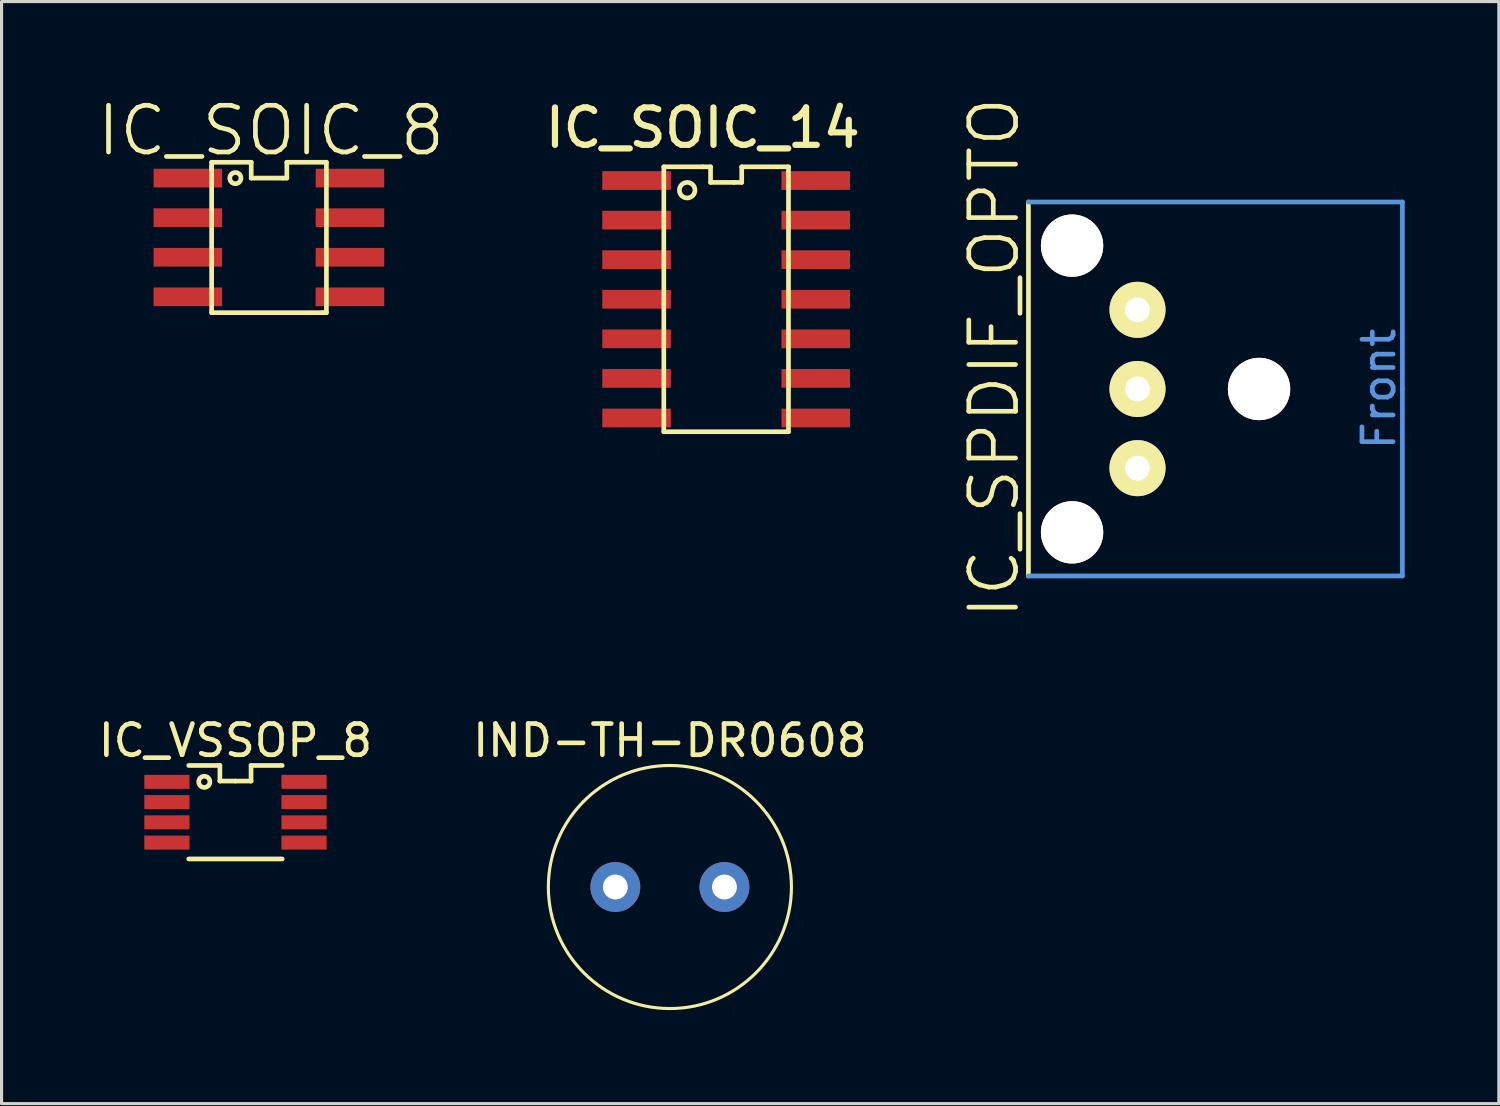
<source format=kicad_pcb>
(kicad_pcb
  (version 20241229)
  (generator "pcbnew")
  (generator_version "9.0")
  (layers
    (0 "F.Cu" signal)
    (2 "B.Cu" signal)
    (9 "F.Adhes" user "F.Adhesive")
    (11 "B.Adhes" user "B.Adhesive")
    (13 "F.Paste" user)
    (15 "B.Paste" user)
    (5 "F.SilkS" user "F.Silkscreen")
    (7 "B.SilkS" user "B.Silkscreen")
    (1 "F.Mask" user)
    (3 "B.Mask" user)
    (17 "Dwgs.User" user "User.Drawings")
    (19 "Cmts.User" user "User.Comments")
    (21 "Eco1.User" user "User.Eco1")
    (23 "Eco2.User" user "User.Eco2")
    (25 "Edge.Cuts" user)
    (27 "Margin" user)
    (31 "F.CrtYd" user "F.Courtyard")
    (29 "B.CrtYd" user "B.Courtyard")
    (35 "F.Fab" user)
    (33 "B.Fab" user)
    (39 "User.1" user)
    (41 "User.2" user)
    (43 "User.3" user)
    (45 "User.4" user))
  (footprint "IC_SPDIF_OPTO"
    (layer "F.Cu")
    (at 33.451 9.432)
    (property "Reference" "IC_SPDIF_OPTO" (at -4.6 -1 90) (layer "F.SilkS") (effects (font (size 1.5 1.5) (thickness 0.15))))
    (attr through_hole)
    (fp_line (start -3.5 -6) (end -3.5 6) (stroke (width 0.15) (type solid)) (layer "F.SilkS"))
    (fp_line (start -3.5 6) (end 8.5 6) (stroke (width 0.15) (type solid)) (layer "Cmts.User"))
    (fp_line (start 8.5 -6) (end -3.5 -6) (stroke (width 0.15) (type solid)) (layer "Cmts.User"))
    (fp_line (start 8.5 0) (end 8.5 -6) (stroke (width 0.15) (type solid)) (layer "Cmts.User"))
    (fp_line (start 8.5 6) (end 8.5 0) (stroke (width 0.15) (type solid)) (layer "Cmts.User"))
    (fp_text user "Front" (at 7.747 0 90) (layer "Cmts.User") (effects (font (size 1 1) (thickness 0.15))))
    (pad "" np_thru_hole circle (at -2.1 -4.6) (size 2 2) (drill 2) (layers "*.Cu" "*.Mask" "F.SilkS"))
    (pad "" np_thru_hole circle (at -2.1 4.6) (size 2 2) (drill 2) (layers "*.Cu" "*.Mask" "F.SilkS"))
    (pad "" np_thru_hole circle (at 3.9 0) (size 2 2) (drill 2) (layers "*.Cu" "*.Mask" "F.SilkS"))
    (pad "1" thru_hole circle (at 0 2.54) (size 1.8 1.8) (drill 0.8) (layers "*.Cu" "*.Mask" "F.SilkS"))
    (pad "2" thru_hole circle (at 0 0) (size 1.8 1.8) (drill 0.8) (layers "*.Cu" "*.Mask" "F.SilkS"))
    (pad "3" thru_hole circle (at 0 -2.54) (size 1.8 1.8) (drill 0.8) (layers "*.Cu" "*.Mask" "F.SilkS")))
  (footprint "IC_VSSOP_8"
    (layer "F.Cu")
    (at 4.506 23.013)
    (property "Reference" "IC_VSSOP_8" (at 0 -2.3 0) (layer "F.SilkS") (effects (font (size 1 1) (thickness 0.15))))
    (attr smd)
    (fp_line (start -1.5 1.5) (end 1.5 1.5) (stroke (width 0.15) (type solid)) (layer "F.SilkS"))
    (fp_line (start -0.5 -1.5) (end -1.5 -1.5) (stroke (width 0.15) (type solid)) (layer "F.SilkS"))
    (fp_line (start -0.5 -1) (end -0.5 -1.5) (stroke (width 0.15) (type solid)) (layer "F.SilkS"))
    (fp_line (start 0 -1) (end -0.5 -1) (stroke (width 0.15) (type solid)) (layer "F.SilkS"))
    (fp_line (start 0 -1) (end 0.5 -1) (stroke (width 0.15) (type solid)) (layer "F.SilkS"))
    (fp_line (start 0.5 -1.5) (end 1.5 -1.5) (stroke (width 0.15) (type solid)) (layer "F.SilkS"))
    (fp_line (start 0.5 -1) (end 0.5 -1.5) (stroke (width 0.15) (type solid)) (layer "F.SilkS"))
    (fp_circle (center -1 -0.975) (end -0.873 -0.848) (stroke (width 0.15) (type solid)) (fill no) (layer "F.SilkS"))
    (pad "1" smd rect (at -2.2 -0.975) (size 1.45 0.45) (layers "F.Cu" "F.Mask" "F.Paste"))
    (pad "2" smd rect (at -2.2 -0.325) (size 1.45 0.45) (layers "F.Cu" "F.Mask" "F.Paste"))
    (pad "3" smd rect (at -2.2 0.325) (size 1.45 0.45) (layers "F.Cu" "F.Mask" "F.Paste"))
    (pad "4" smd rect (at -2.2 0.975) (size 1.45 0.45) (layers "F.Cu" "F.Mask" "F.Paste"))
    (pad "5" smd rect (at 2.2 0.975) (size 1.45 0.45) (layers "F.Cu" "F.Mask" "F.Paste"))
    (pad "6" smd rect (at 2.2 0.325) (size 1.45 0.45) (layers "F.Cu" "F.Mask" "F.Paste"))
    (pad "7" smd rect (at 2.2 -0.325) (size 1.45 0.45) (layers "F.Cu" "F.Mask" "F.Paste"))
    (pad "8" smd rect (at 2.2 -0.975) (size 1.45 0.45) (layers "F.Cu" "F.Mask" "F.Paste")))
  (footprint "IND-TH-DR0608"
    (layer "F.Cu")
    (at 18.446 25.413)
    (property "Reference" "IND-TH-DR0608" (at 0 -4.7 0) (layer "F.SilkS") (effects (font (size 1 1) (thickness 0.15))))
    (attr through_hole)
    (fp_circle (center 0 0) (end 3.9 0) (stroke (width 0.1) (type solid)) (fill no) (layer "F.SilkS"))
    (pad "1" thru_hole circle (at -1.75 0) (size 1.6 1.6) (drill 0.8) (layers "*.Cu" "*.Mask"))
    (pad "2" thru_hole circle (at 1.75 0) (size 1.6 1.6) (drill 0.8) (layers "*.Cu" "*.Mask")))
  (footprint "IC_SOIC_8"
    (layer "F.Cu")
    (at 2.979 2.665)
    (property "Reference" "IC_SOIC_8" (at 2.667 -1.524 0) (layer "F.SilkS") (effects (font (size 1.5 1.5) (thickness 0.15))))
    (attr smd)
    (fp_line (start 0.762 -0.381) (end 0.762 4.318) (stroke (width 0.15) (type solid)) (layer "F.SilkS"))
    (fp_line (start 0.762 -0.254) (end 0.762 -0.508) (stroke (width 0.15) (type solid)) (layer "F.SilkS"))
    (fp_line (start 0.762 4.318) (end 4.318 4.318) (stroke (width 0.15) (type solid)) (layer "F.SilkS"))
    (fp_line (start 2.032 -0.508) (end 0.762 -0.508) (stroke (width 0.15) (type solid)) (layer "F.SilkS"))
    (fp_line (start 2.032 -0.508) (end 2.032 0) (stroke (width 0.15) (type solid)) (layer "F.SilkS"))
    (fp_line (start 2.032 0) (end 3.048 0) (stroke (width 0.15) (type solid)) (layer "F.SilkS"))
    (fp_line (start 3.048 0) (end 3.175 0) (stroke (width 0.15) (type solid)) (layer "F.SilkS"))
    (fp_line (start 3.175 -0.508) (end 4.445 -0.508) (stroke (width 0.15) (type solid)) (layer "F.SilkS"))
    (fp_line (start 3.175 0) (end 3.175 -0.508) (stroke (width 0.15) (type solid)) (layer "F.SilkS"))
    (fp_line (start 4.318 4.318) (end 4.445 4.318) (stroke (width 0.15) (type solid)) (layer "F.SilkS"))
    (fp_line (start 4.445 4.318) (end 4.445 -0.508) (stroke (width 0.15) (type solid)) (layer "F.SilkS"))
    (fp_circle (center 1.524 0) (end 1.651 0.127) (stroke (width 0.15) (type solid)) (fill no) (layer "F.SilkS"))
    (pad "1" smd rect (at 0 0) (size 2.2 0.6) (layers "F.Cu" "F.Mask" "F.Paste"))
    (pad "2" smd rect (at 0 1.27) (size 2.2 0.6) (layers "F.Cu" "F.Mask" "F.Paste"))
    (pad "3" smd rect (at 0 2.54) (size 2.2 0.6) (layers "F.Cu" "F.Mask" "F.Paste"))
    (pad "4" smd rect (at 0 3.81) (size 2.2 0.6) (layers "F.Cu" "F.Mask" "F.Paste"))
    (pad "5" smd rect (at 5.2 3.81) (size 2.2 0.6) (layers "F.Cu" "F.Mask" "F.Paste"))
    (pad "6" smd rect (at 5.2 2.54) (size 2.2 0.6) (layers "F.Cu" "F.Mask" "F.Paste"))
    (pad "7" smd rect (at 5.2 1.27) (size 2.2 0.6) (layers "F.Cu" "F.Mask" "F.Paste"))
    (pad "8" smd rect (at 5.2 0) (size 2.2 0.6) (layers "F.Cu" "F.Mask" "F.Paste")))
  (footprint "IC_SOIC_14"
    (layer "F.Cu")
    (at 20.251 6.553)
    (property "Reference" "IC_SOIC_14" (at -0.75 -5.5 0) (layer "F.SilkS") (effects (font (size 1.2 1.2) (thickness 0.2))))
    (attr through_hole)
    (fp_line (start -2 -4.25) (end -0.75 -4.25) (stroke (width 0.15) (type solid)) (layer "F.SilkS"))
    (fp_line (start -2 4.25) (end -2 -4.25) (stroke (width 0.15) (type solid)) (layer "F.SilkS"))
    (fp_line (start -0.75 -4.25) (end -0.5 -4.25) (stroke (width 0.15) (type solid)) (layer "F.SilkS"))
    (fp_line (start -0.5 -4.25) (end -0.5 -3.75) (stroke (width 0.15) (type solid)) (layer "F.SilkS"))
    (fp_line (start -0.5 -3.75) (end 0.25 -3.75) (stroke (width 0.15) (type solid)) (layer "F.SilkS"))
    (fp_line (start 0.25 -3.75) (end 0.5 -3.75) (stroke (width 0.15) (type solid)) (layer "F.SilkS"))
    (fp_line (start 0.5 -4.25) (end 2 -4.25) (stroke (width 0.15) (type solid)) (layer "F.SilkS"))
    (fp_line (start 0.5 -3.75) (end 0.5 -4.25) (stroke (width 0.15) (type solid)) (layer "F.SilkS"))
    (fp_line (start 2 -4.25) (end 2 4.25) (stroke (width 0.15) (type solid)) (layer "F.SilkS"))
    (fp_line (start 2 4.25) (end -2 4.25) (stroke (width 0.15) (type solid)) (layer "F.SilkS"))
    (fp_circle (center -1.25 -3.5) (end -1 -3.5) (stroke (width 0.15) (type solid)) (fill no) (layer "F.SilkS"))
    (pad "1" smd rect (at -2.875 -3.81) (size 2.2 0.6) (layers "F.Cu" "F.Mask" "F.Paste"))
    (pad "2" smd rect (at -2.875 -2.54) (size 2.2 0.6) (layers "F.Cu" "F.Mask" "F.Paste"))
    (pad "3" smd rect (at -2.875 -1.27) (size 2.2 0.6) (layers "F.Cu" "F.Mask" "F.Paste"))
    (pad "4" smd rect (at -2.875 0) (size 2.2 0.6) (layers "F.Cu" "F.Mask" "F.Paste"))
    (pad "5" smd rect (at -2.875 1.27) (size 2.2 0.6) (layers "F.Cu" "F.Mask" "F.Paste"))
    (pad "6" smd rect (at -2.875 2.54) (size 2.2 0.6) (layers "F.Cu" "F.Mask" "F.Paste"))
    (pad "7" smd rect (at -2.875 3.81) (size 2.2 0.6) (layers "F.Cu" "F.Mask" "F.Paste"))
    (pad "8" smd rect (at 2.875 3.81) (size 2.2 0.6) (layers "F.Cu" "F.Mask" "F.Paste"))
    (pad "9" smd rect (at 2.875 2.54) (size 2.2 0.6) (layers "F.Cu" "F.Mask" "F.Paste"))
    (pad "10" smd rect (at 2.875 1.27) (size 2.2 0.6) (layers "F.Cu" "F.Mask" "F.Paste"))
    (pad "11" smd rect (at 2.875 0) (size 2.2 0.6) (layers "F.Cu" "F.Mask" "F.Paste"))
    (pad "12" smd rect (at 2.875 -1.27) (size 2.2 0.6) (layers "F.Cu" "F.Mask" "F.Paste"))
    (pad "13" smd rect (at 2.875 -2.54) (size 2.2 0.6) (layers "F.Cu" "F.Mask" "F.Paste"))
    (pad "14" smd rect (at 2.875 -3.81) (size 2.2 0.6) (layers "F.Cu" "F.Mask" "F.Paste")))
  (gr_rect
    (start -3 -3)
    (end 45.046 32.363)
    (stroke (width 0.1) (type default))
    (fill no)
    (layer "Edge.Cuts")))
</source>
